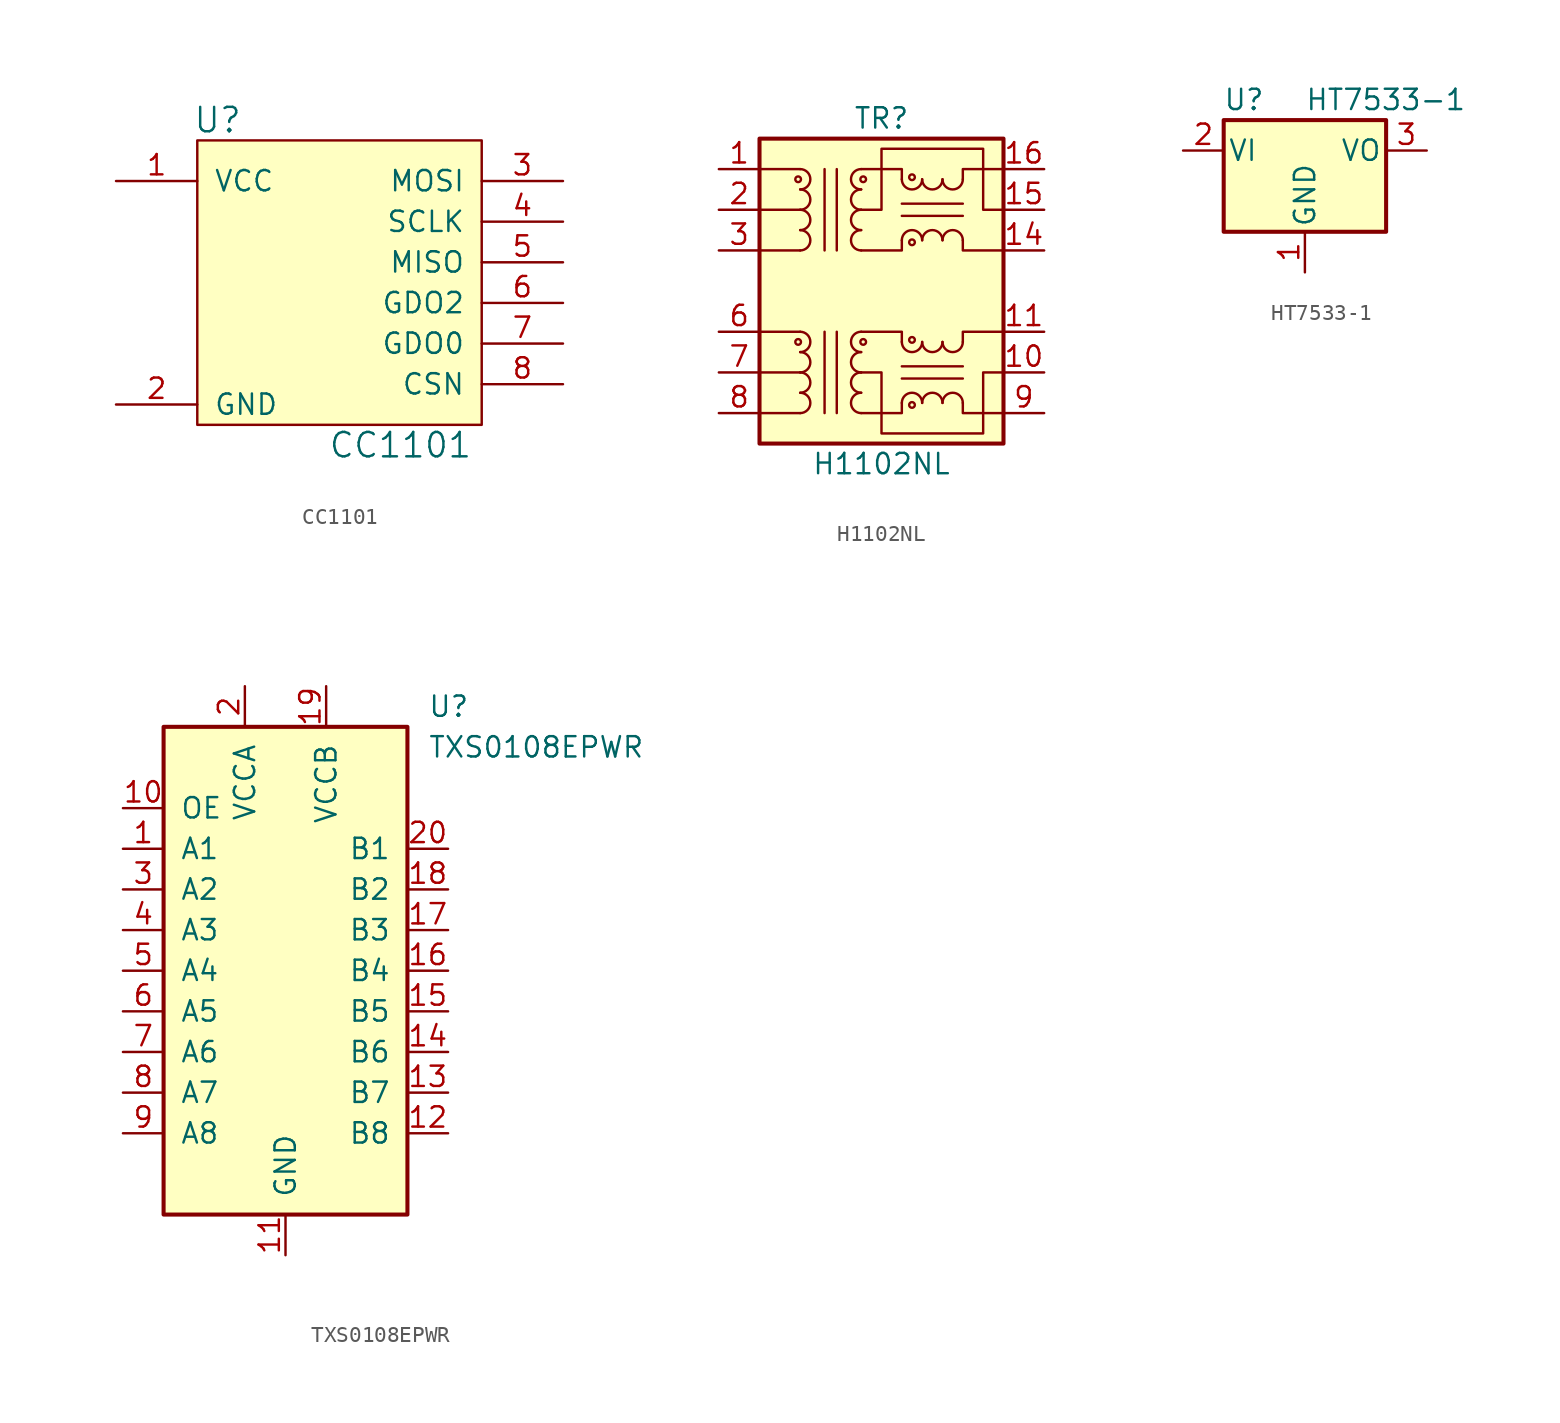
<source format=kicad_sym>
(kicad_symbol_lib
  (version 20231120)
  (generator "kicad_symbol_editor")
  (generator_version "8.0")
  (symbol "CC1101"
    (pin_names
      (offset 1.016))
    (property "Reference" "U"
      (at -1.27 17.78 0)
      (effects (font (size 1.524 1.524))))
    (property "Value" "CC1101"
      (at 10.16 -2.54 0)
      (effects (font (size 1.524 1.524))))
    (symbol "CC1101_0_1"
      (rectangle (start -2.54 16.51) (end 15.24 -1.27) (stroke (width 0) (type solid)) (fill (type background))))
    (symbol "CC1101_1_1"
      (pin power_in line (at -7.62 13.97 0) (length 5.08) (name "VCC" (effects (font (size 1.27 1.27)))) (number "1" (effects (font (size 1.27 1.27)))))
      (pin power_in line (at -7.62 0 0) (length 5.08) (name "GND" (effects (font (size 1.27 1.27)))) (number "2" (effects (font (size 1.27 1.27)))))
      (pin input line (at 20.32 13.97 180) (length 5.08) (name "MOSI" (effects (font (size 1.27 1.27)))) (number "3" (effects (font (size 1.27 1.27)))))
      (pin input line (at 20.32 11.43 180) (length 5.08) (name "SCLK" (effects (font (size 1.27 1.27)))) (number "4" (effects (font (size 1.27 1.27)))))
      (pin output line (at 20.32 8.89 180) (length 5.08) (name "MISO" (effects (font (size 1.27 1.27)))) (number "5" (effects (font (size 1.27 1.27)))))
      (pin output line (at 20.32 6.35 180) (length 5.08) (name "GDO2" (effects (font (size 1.27 1.27)))) (number "6" (effects (font (size 1.27 1.27)))))
      (pin output line (at 20.32 3.81 180) (length 5.08) (name "GDO0" (effects (font (size 1.27 1.27)))) (number "7" (effects (font (size 1.27 1.27)))))
      (pin input line (at 20.32 1.27 180) (length 5.08) (name "CSN" (effects (font (size 1.27 1.27)))) (number "8" (effects (font (size 1.27 1.27)))))))
  (symbol "H1102NL"
    (pin_names hide)
    (property "Reference" "TR"
      (at 0 10.795 0)
      (effects (font (size 1.27 1.27))))
    (property "Value" "H1102NL"
      (at 0 -10.795 0)
      (effects (font (size 1.27 1.27))))
    (symbol "H1102NL_0_1"
      (rectangle (start -7.62 9.525) (end 7.62 -9.525) (stroke (width 0.254) (type solid)) (fill (type background)))
      (circle (center -5.207 6.985) (radius 0.178) (stroke (width 0) (type solid)) (fill (type none)))
      (arc (start -5.08 6.35) (mid -4.445 6.985) (end -5.08 7.62) (stroke (width 0) (type solid)) (fill (type none)))
      (polyline (pts (xy -5.08 2.54) (xy -7.62 2.54)) (stroke (width 0) (type solid)) (fill (type none)))
      (polyline (pts (xy -5.08 5.08) (xy -7.62 5.08)) (stroke (width 0) (type solid)) (fill (type none)))
      (polyline (pts (xy -5.08 7.62) (xy -7.62 7.62)) (stroke (width 0) (type solid)) (fill (type none)))
      (polyline (pts (xy -3.556 -2.54) (xy -3.556 -7.62)) (stroke (width 0) (type solid)) (fill (type none)))
      (polyline (pts (xy -3.556 2.54) (xy -3.556 7.62)) (stroke (width 0) (type solid)) (fill (type none)))
      (polyline (pts (xy -2.794 -7.62) (xy -2.794 -2.54)) (stroke (width 0) (type solid)) (fill (type none)))
      (polyline (pts (xy -2.794 7.62) (xy -2.794 2.54)) (stroke (width 0) (type solid)) (fill (type none)))
      (polyline (pts (xy 1.27 4.699) (xy 5.08 4.699)) (stroke (width 0) (type solid)) (fill (type none)))
      (polyline (pts (xy 1.27 5.461) (xy 5.08 5.461)) (stroke (width 0) (type solid)) (fill (type none)))
      (polyline (pts (xy -1.27 2.54) (xy 1.27 2.54) (xy 1.27 3.175)) (stroke (width 0) (type solid)) (fill (type none)))
      (polyline (pts (xy 1.27 6.985) (xy 1.27 7.62) (xy -1.27 7.62)) (stroke (width 0) (type solid)) (fill (type none)))
      (polyline (pts (xy 5.08 3.175) (xy 5.08 2.54) (xy 7.62 2.54)) (stroke (width 0) (type solid)) (fill (type none)))
      (polyline (pts (xy 5.08 6.985) (xy 5.08 7.62) (xy 7.62 7.62)) (stroke (width 0) (type solid)) (fill (type none)))
      (polyline (pts (xy -1.27 5.08) (xy 0 5.08) (xy 0 8.89) (xy 6.35 8.89) (xy 6.35 5.08) (xy 7.62 5.08)) (stroke (width 0) (type solid)) (fill (type none))))
    (symbol "H1102NL_1_1"
      (circle (center -5.207 -3.175) (radius 0.178) (stroke (width 0) (type solid)) (fill (type none)))
      (arc (start -5.08 -7.62) (mid -4.445 -6.985) (end -5.08 -6.35) (stroke (width 0) (type solid)) (fill (type none)))
      (arc (start -5.08 -6.35) (mid -4.445 -5.715) (end -5.08 -5.08) (stroke (width 0) (type solid)) (fill (type none)))
      (arc (start -5.08 -5.08) (mid -4.445 -4.445) (end -5.08 -3.81) (stroke (width 0) (type solid)) (fill (type none)))
      (arc (start -5.08 -3.81) (mid -4.445 -3.175) (end -5.08 -2.54) (stroke (width 0) (type solid)) (fill (type none)))
      (arc (start -5.08 2.54) (mid -4.445 3.175) (end -5.08 3.81) (stroke (width 0) (type solid)) (fill (type none)))
      (arc (start -5.08 3.81) (mid -4.445 4.445) (end -5.08 5.08) (stroke (width 0) (type solid)) (fill (type none)))
      (arc (start -5.08 5.08) (mid -4.445 5.715) (end -5.08 6.35) (stroke (width 0) (type solid)) (fill (type none)))
      (arc (start -1.27 -6.35) (mid -1.905 -6.985) (end -1.27 -7.62) (stroke (width 0) (type solid)) (fill (type none)))
      (arc (start -1.27 -5.08) (mid -1.905 -5.715) (end -1.27 -6.35) (stroke (width 0) (type solid)) (fill (type none)))
      (arc (start -1.27 -3.81) (mid -1.905 -4.445) (end -1.27 -5.08) (stroke (width 0) (type solid)) (fill (type none)))
      (arc (start -1.27 -2.54) (mid -1.905 -3.175) (end -1.27 -3.81) (stroke (width 0) (type solid)) (fill (type none)))
      (arc (start -1.27 3.81) (mid -1.905 3.175) (end -1.27 2.54) (stroke (width 0) (type solid)) (fill (type none)))
      (arc (start -1.27 5.08) (mid -1.905 4.445) (end -1.27 3.81) (stroke (width 0) (type solid)) (fill (type none)))
      (arc (start -1.27 6.35) (mid -1.905 5.715) (end -1.27 5.08) (stroke (width 0) (type solid)) (fill (type none)))
      (arc (start -1.27 7.62) (mid -1.905 6.985) (end -1.27 6.35) (stroke (width 0) (type solid)) (fill (type none)))
      (circle (center -1.143 -3.175) (radius 0.178) (stroke (width 0) (type solid)) (fill (type none)))
      (circle (center -1.143 6.985) (radius 0.178) (stroke (width 0) (type solid)) (fill (type none)))
      (polyline (pts (xy -5.08 -7.62) (xy -7.62 -7.62)) (stroke (width 0) (type solid)) (fill (type none)))
      (polyline (pts (xy -5.08 -5.08) (xy -7.62 -5.08)) (stroke (width 0) (type solid)) (fill (type none)))
      (polyline (pts (xy -5.08 -2.54) (xy -7.62 -2.54)) (stroke (width 0) (type solid)) (fill (type none)))
      (polyline (pts (xy 1.27 -5.461) (xy 5.08 -5.461)) (stroke (width 0) (type solid)) (fill (type none)))
      (polyline (pts (xy 1.27 -4.699) (xy 5.08 -4.699)) (stroke (width 0) (type solid)) (fill (type none)))
      (polyline (pts (xy -1.27 -7.62) (xy 1.27 -7.62) (xy 1.27 -6.985)) (stroke (width 0) (type solid)) (fill (type none)))
      (polyline (pts (xy 1.27 -3.175) (xy 1.27 -2.54) (xy -1.27 -2.54)) (stroke (width 0) (type solid)) (fill (type none)))
      (polyline (pts (xy 5.08 -6.985) (xy 5.08 -7.62) (xy 7.62 -7.62)) (stroke (width 0) (type solid)) (fill (type none)))
      (polyline (pts (xy 5.08 -3.175) (xy 5.08 -2.54) (xy 7.62 -2.54)) (stroke (width 0) (type solid)) (fill (type none)))
      (polyline (pts (xy 7.62 -5.08) (xy 6.35 -5.08) (xy 6.35 -8.89) (xy 0 -8.89) (xy 0 -5.08) (xy -1.27 -5.08)) (stroke (width 0) (type solid)) (fill (type none)))
      (arc (start 1.27 -3.175) (mid 1.905 -3.81) (end 2.54 -3.175) (stroke (width 0) (type solid)) (fill (type none)))
      (arc (start 1.27 6.985) (mid 1.905 6.35) (end 2.54 6.985) (stroke (width 0) (type solid)) (fill (type none)))
      (circle (center 1.905 -7.112) (radius 0.178) (stroke (width 0) (type solid)) (fill (type none)))
      (circle (center 1.905 -3.048) (radius 0.178) (stroke (width 0) (type solid)) (fill (type none)))
      (circle (center 1.905 3.048) (radius 0.178) (stroke (width 0) (type solid)) (fill (type none)))
      (circle (center 1.905 7.112) (radius 0.178) (stroke (width 0) (type solid)) (fill (type none)))
      (arc (start 2.54 -6.985) (mid 1.905 -6.35) (end 1.27 -6.985) (stroke (width 0) (type solid)) (fill (type none)))
      (arc (start 2.54 -3.175) (mid 3.175 -3.81) (end 3.81 -3.175) (stroke (width 0) (type solid)) (fill (type none)))
      (arc (start 2.54 3.175) (mid 1.905 3.81) (end 1.27 3.175) (stroke (width 0) (type solid)) (fill (type none)))
      (arc (start 2.54 6.985) (mid 3.175 6.35) (end 3.81 6.985) (stroke (width 0) (type solid)) (fill (type none)))
      (arc (start 3.81 -6.985) (mid 3.175 -6.35) (end 2.54 -6.985) (stroke (width 0) (type solid)) (fill (type none)))
      (arc (start 3.81 -3.175) (mid 4.445 -3.81) (end 5.08 -3.175) (stroke (width 0) (type solid)) (fill (type none)))
      (arc (start 3.81 3.175) (mid 3.175 3.81) (end 2.54 3.175) (stroke (width 0) (type solid)) (fill (type none)))
      (arc (start 3.81 6.985) (mid 4.445 6.35) (end 5.08 6.985) (stroke (width 0) (type solid)) (fill (type none)))
      (arc (start 5.08 -6.985) (mid 4.445 -6.35) (end 3.81 -6.985) (stroke (width 0) (type solid)) (fill (type none)))
      (arc (start 5.08 3.175) (mid 4.445 3.81) (end 3.81 3.175) (stroke (width 0) (type solid)) (fill (type none)))
      (pin passive line (at -10.16 7.62 0) (length 2.54) (name "TD+" (effects (font (size 1.27 1.27)))) (number "1" (effects (font (size 1.27 1.27)))))
      (pin passive line (at 10.16 -5.08 180) (length 2.54) (name "RCT" (effects (font (size 1.27 1.27)))) (number "10" (effects (font (size 1.27 1.27)))))
      (pin passive line (at 10.16 -2.54 180) (length 2.54) (name "RX+" (effects (font (size 1.27 1.27)))) (number "11" (effects (font (size 1.27 1.27)))))
      (pin passive line (at 10.16 2.54 180) (length 2.54) (name "TX-" (effects (font (size 1.27 1.27)))) (number "14" (effects (font (size 1.27 1.27)))))
      (pin passive line (at 10.16 5.08 180) (length 2.54) (name "TCT" (effects (font (size 1.27 1.27)))) (number "15" (effects (font (size 1.27 1.27)))))
      (pin passive line (at 10.16 7.62 180) (length 2.54) (name "TX+" (effects (font (size 1.27 1.27)))) (number "16" (effects (font (size 1.27 1.27)))))
      (pin passive line (at -10.16 5.08 0) (length 2.54) (name "TDCT" (effects (font (size 1.27 1.27)))) (number "2" (effects (font (size 1.27 1.27)))))
      (pin passive line (at -10.16 2.54 0) (length 2.54) (name "TD-" (effects (font (size 1.27 1.27)))) (number "3" (effects (font (size 1.27 1.27)))))
      (pin passive line (at -10.16 -2.54 0) (length 2.54) (name "RD+" (effects (font (size 1.27 1.27)))) (number "6" (effects (font (size 1.27 1.27)))))
      (pin passive line (at -10.16 -5.08 0) (length 2.54) (name "RDCT" (effects (font (size 1.27 1.27)))) (number "7" (effects (font (size 1.27 1.27)))))
      (pin passive line (at -10.16 -7.62 0) (length 2.54) (name "RD-" (effects (font (size 1.27 1.27)))) (number "8" (effects (font (size 1.27 1.27)))))
      (pin passive line (at 10.16 -7.62 180) (length 2.54) (name "RX-" (effects (font (size 1.27 1.27)))) (number "9" (effects (font (size 1.27 1.27)))))))
  (symbol "HT7533-1"
    (pin_names
      (offset 0.254))
    (property "Reference" "U"
      (at -3.81 3.175 0)
      (effects (font (size 1.27 1.27))))
    (property "Value" "HT7533-1"
      (at 0 3.175 0)
      (effects (font (size 1.27 1.27)) (justify left)))
    (symbol "HT7533-1_0_1"
      (rectangle (start -5.08 1.905) (end 5.08 -5.08) (stroke (width 0.254) (type solid)) (fill (type background))))
    (symbol "HT7533-1_1_1"
      (pin power_in line (at 0 -7.62 90) (length 2.54) (name "GND" (effects (font (size 1.27 1.27)))) (number "1" (effects (font (size 1.27 1.27)))))
      (pin power_in line (at -7.62 0 0) (length 2.54) (name "VI" (effects (font (size 1.27 1.27)))) (number "2" (effects (font (size 1.27 1.27)))))
      (pin power_out line (at 7.62 0 180) (length 2.54) (name "VO" (effects (font (size 1.27 1.27)))) (number "3" (effects (font (size 1.27 1.27)))))))
  (symbol "TXS0108EPWR"
    (pin_names
      (offset 1.016))
    (property "Reference" "U"
      (at 8.89 16.51 0)
      (effects (font (size 1.27 1.27)) (justify left)))
    (property "Value" "TXS0108EPWR"
      (at 8.89 13.97 0)
      (effects (font (size 1.27 1.27)) (justify left)))
    (symbol "TXS0108EPWR_0_1"
      (rectangle (start -7.62 15.24) (end 7.62 -15.24) (stroke (width 0.254) (type solid)) (fill (type background))))
    (symbol "TXS0108EPWR_1_1"
      (pin bidirectional line (at -10.16 7.62 0) (length 2.54) (name "A1" (effects (font (size 1.27 1.27)))) (number "1" (effects (font (size 1.27 1.27)))))
      (pin input line (at -10.16 10.16 0) (length 2.54) (name "OE" (effects (font (size 1.27 1.27)))) (number "10" (effects (font (size 1.27 1.27)))))
      (pin power_in line (at 0 -17.78 90) (length 2.54) (name "GND" (effects (font (size 1.27 1.27)))) (number "11" (effects (font (size 1.27 1.27)))))
      (pin bidirectional line (at 10.16 -10.16 180) (length 2.54) (name "B8" (effects (font (size 1.27 1.27)))) (number "12" (effects (font (size 1.27 1.27)))))
      (pin bidirectional line (at 10.16 -7.62 180) (length 2.54) (name "B7" (effects (font (size 1.27 1.27)))) (number "13" (effects (font (size 1.27 1.27)))))
      (pin bidirectional line (at 10.16 -5.08 180) (length 2.54) (name "B6" (effects (font (size 1.27 1.27)))) (number "14" (effects (font (size 1.27 1.27)))))
      (pin bidirectional line (at 10.16 -2.54 180) (length 2.54) (name "B5" (effects (font (size 1.27 1.27)))) (number "15" (effects (font (size 1.27 1.27)))))
      (pin bidirectional line (at 10.16 0 180) (length 2.54) (name "B4" (effects (font (size 1.27 1.27)))) (number "16" (effects (font (size 1.27 1.27)))))
      (pin bidirectional line (at 10.16 2.54 180) (length 2.54) (name "B3" (effects (font (size 1.27 1.27)))) (number "17" (effects (font (size 1.27 1.27)))))
      (pin bidirectional line (at 10.16 5.08 180) (length 2.54) (name "B2" (effects (font (size 1.27 1.27)))) (number "18" (effects (font (size 1.27 1.27)))))
      (pin power_in line (at 2.54 17.78 270) (length 2.54) (name "VCCB" (effects (font (size 1.27 1.27)))) (number "19" (effects (font (size 1.27 1.27)))))
      (pin power_in line (at -2.54 17.78 270) (length 2.54) (name "VCCA" (effects (font (size 1.27 1.27)))) (number "2" (effects (font (size 1.27 1.27)))))
      (pin bidirectional line (at 10.16 7.62 180) (length 2.54) (name "B1" (effects (font (size 1.27 1.27)))) (number "20" (effects (font (size 1.27 1.27)))))
      (pin bidirectional line (at -10.16 5.08 0) (length 2.54) (name "A2" (effects (font (size 1.27 1.27)))) (number "3" (effects (font (size 1.27 1.27)))))
      (pin bidirectional line (at -10.16 2.54 0) (length 2.54) (name "A3" (effects (font (size 1.27 1.27)))) (number "4" (effects (font (size 1.27 1.27)))))
      (pin bidirectional line (at -10.16 0 0) (length 2.54) (name "A4" (effects (font (size 1.27 1.27)))) (number "5" (effects (font (size 1.27 1.27)))))
      (pin bidirectional line (at -10.16 -2.54 0) (length 2.54) (name "A5" (effects (font (size 1.27 1.27)))) (number "6" (effects (font (size 1.27 1.27)))))
      (pin bidirectional line (at -10.16 -5.08 0) (length 2.54) (name "A6" (effects (font (size 1.27 1.27)))) (number "7" (effects (font (size 1.27 1.27)))))
      (pin bidirectional line (at -10.16 -7.62 0) (length 2.54) (name "A7" (effects (font (size 1.27 1.27)))) (number "8" (effects (font (size 1.27 1.27)))))
      (pin bidirectional line (at -10.16 -10.16 0) (length 2.54) (name "A8" (effects (font (size 1.27 1.27)))) (number "9" (effects (font (size 1.27 1.27))))))))
</source>
